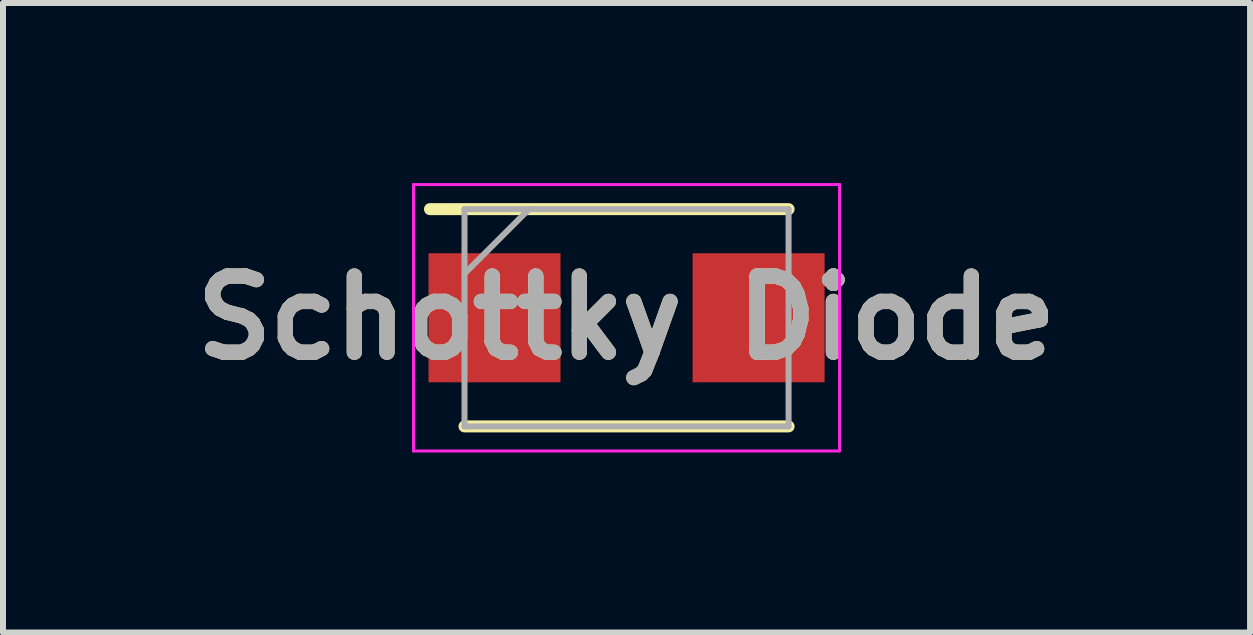
<source format=kicad_pcb>
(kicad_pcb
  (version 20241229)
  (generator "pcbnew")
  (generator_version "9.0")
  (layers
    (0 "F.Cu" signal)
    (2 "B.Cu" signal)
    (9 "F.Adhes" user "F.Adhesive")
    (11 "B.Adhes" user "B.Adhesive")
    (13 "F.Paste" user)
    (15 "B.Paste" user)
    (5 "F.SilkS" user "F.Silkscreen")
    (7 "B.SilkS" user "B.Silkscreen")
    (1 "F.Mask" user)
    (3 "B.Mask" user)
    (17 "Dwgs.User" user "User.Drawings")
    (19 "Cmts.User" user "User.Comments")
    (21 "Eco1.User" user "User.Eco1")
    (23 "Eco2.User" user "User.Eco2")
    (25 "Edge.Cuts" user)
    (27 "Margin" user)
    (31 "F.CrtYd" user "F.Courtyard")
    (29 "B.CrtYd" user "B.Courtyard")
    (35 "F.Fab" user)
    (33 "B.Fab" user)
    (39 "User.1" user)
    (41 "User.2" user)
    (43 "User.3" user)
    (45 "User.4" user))
  (footprint "Schottky Diode"
    (layer "F.Cu")
    (at 7.39 2.245)
    (property "Reference" "Schottky Diode" (at 0 0 0) (layer "F.SilkS") (effects (font (size 1.27 1.27) (thickness 0.254))))
    (attr smd)
    (fp_line (start -2.7 1.81) (end 2.7 1.81) (stroke (width 0.2) (type solid)) (layer "F.SilkS"))
    (fp_line (start 2.7 -1.81) (end -3.275 -1.81) (stroke (width 0.2) (type solid)) (layer "F.SilkS"))
    (fp_line (start -3.55 -2.22) (end 3.55 -2.22) (stroke (width 0.05) (type solid)) (layer "F.CrtYd"))
    (fp_line (start -3.55 2.22) (end -3.55 -2.22) (stroke (width 0.05) (type solid)) (layer "F.CrtYd"))
    (fp_line (start 3.55 -2.22) (end 3.55 2.22) (stroke (width 0.05) (type solid)) (layer "F.CrtYd"))
    (fp_line (start 3.55 2.22) (end -3.55 2.22) (stroke (width 0.05) (type solid)) (layer "F.CrtYd"))
    (fp_line (start -2.7 -1.81) (end 2.7 -1.81) (stroke (width 0.1) (type solid)) (layer "F.Fab"))
    (fp_line (start -2.7 -0.735) (end -1.625 -1.81) (stroke (width 0.1) (type solid)) (layer "F.Fab"))
    (fp_line (start -2.7 1.81) (end -2.7 -1.81) (stroke (width 0.1) (type solid)) (layer "F.Fab"))
    (fp_line (start 2.7 -1.81) (end 2.7 1.81) (stroke (width 0.1) (type solid)) (layer "F.Fab"))
    (fp_line (start 2.7 1.81) (end -2.7 1.81) (stroke (width 0.1) (type solid)) (layer "F.Fab"))
    (fp_text user "${REFERENCE}" (at 0 0 0) (layer "F.Fab") (effects (font (size 1.27 1.27) (thickness 0.254))))
    (pad "1" smd rect (at -2.2 0 90) (size 2.15 2.2) (layers "F.Cu" "F.Mask" "F.Paste"))
    (pad "2" smd rect (at 2.2 0 90) (size 2.15 2.2) (layers "F.Cu" "F.Mask" "F.Paste")))
  (gr_rect
    (start -3 -3)
    (end 17.78 7.49)
    (stroke (width 0.1) (type default))
    (fill no)
    (layer "Edge.Cuts")))
</source>
